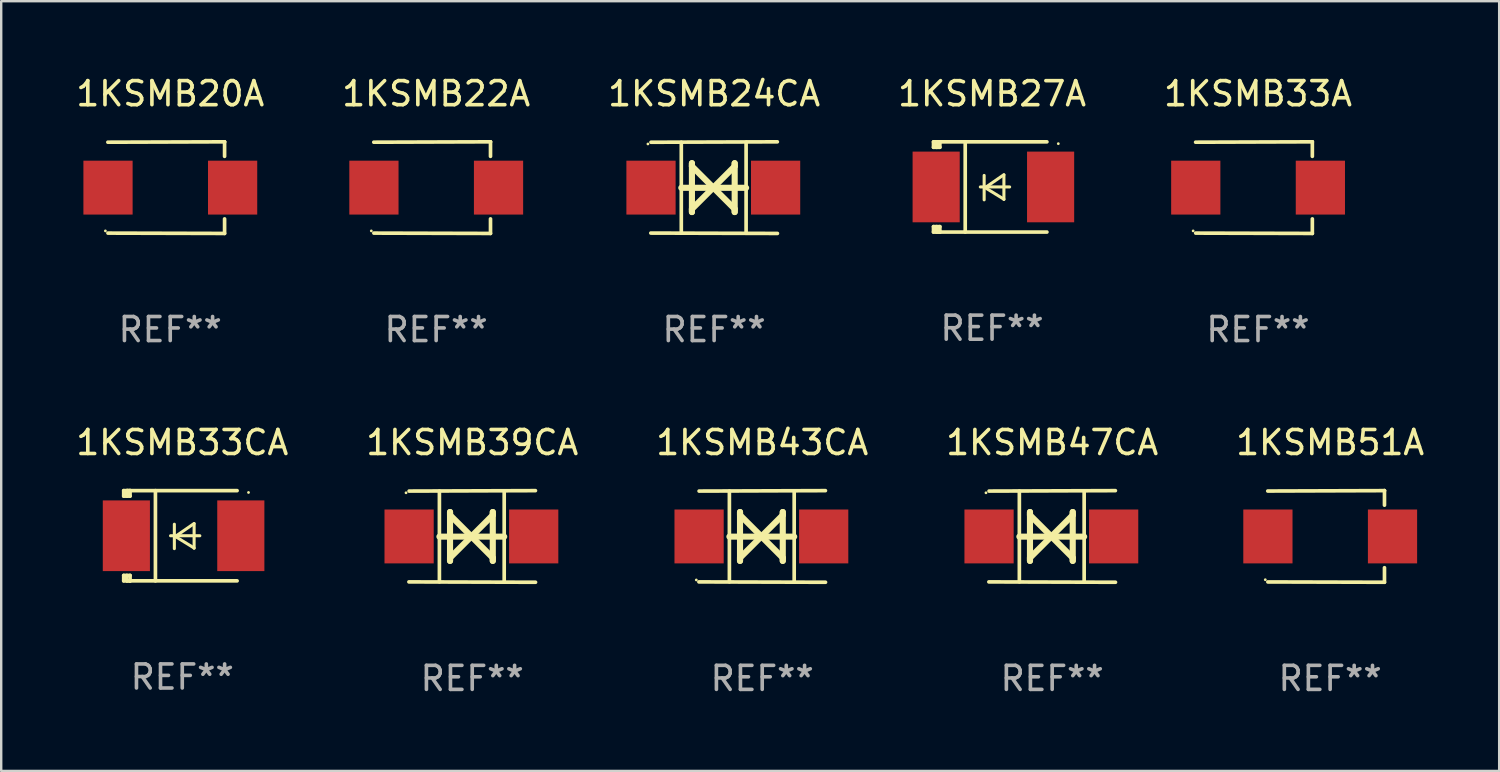
<source format=kicad_pcb>
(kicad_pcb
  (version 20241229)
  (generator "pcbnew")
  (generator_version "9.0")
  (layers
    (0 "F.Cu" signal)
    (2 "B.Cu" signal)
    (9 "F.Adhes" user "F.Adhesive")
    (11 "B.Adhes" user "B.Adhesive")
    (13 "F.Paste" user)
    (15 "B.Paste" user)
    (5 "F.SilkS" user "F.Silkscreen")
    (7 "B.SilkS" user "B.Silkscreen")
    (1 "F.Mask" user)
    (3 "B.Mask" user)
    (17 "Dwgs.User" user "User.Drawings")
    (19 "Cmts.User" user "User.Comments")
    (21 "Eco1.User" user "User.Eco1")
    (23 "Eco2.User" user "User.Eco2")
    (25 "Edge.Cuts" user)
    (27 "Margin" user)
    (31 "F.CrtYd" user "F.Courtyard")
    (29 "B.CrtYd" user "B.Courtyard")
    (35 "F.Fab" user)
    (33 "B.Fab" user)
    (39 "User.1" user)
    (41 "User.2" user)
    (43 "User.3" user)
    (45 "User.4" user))
  (footprint "1KSMB47CA"
    (layer "F.Cu")
    (at 40.708 19.26)
    (property "Reference" "1KSMB47CA" (at 0 -3.905 0) (layer "F.SilkS") (effects (font (size 1 1) (thickness 0.15))))
    (attr through_hole)
    (fp_line (start -1.365 1.886) (end -1.365 -1.886) (stroke (width 0.152) (type solid)) (layer "F.SilkS"))
    (fp_line (start -1.365 0.008) (end 1.33 0.008) (stroke (width 0.254) (type solid)) (layer "F.SilkS"))
    (fp_line (start -0.923 -1.016) (end -0.923 1.016) (stroke (width 0.254) (type solid)) (layer "F.SilkS"))
    (fp_line (start -0.923 -0.889) (end -0.923 -1.016) (stroke (width 0.254) (type solid)) (layer "F.SilkS"))
    (fp_line (start -0.923 0.889) (end -0.034 0) (stroke (width 0.254) (type solid)) (layer "F.SilkS"))
    (fp_line (start -0.923 1.016) (end -0.923 0.889) (stroke (width 0.254) (type solid)) (layer "F.SilkS"))
    (fp_line (start -0.034 0) (end -0.923 -0.889) (stroke (width 0.254) (type solid)) (layer "F.SilkS"))
    (fp_line (start -0.034 0) (end 0.855 0.889) (stroke (width 0.254) (type solid)) (layer "F.SilkS"))
    (fp_line (start 0.855 -1.016) (end 0.855 -0.889) (stroke (width 0.254) (type solid)) (layer "F.SilkS"))
    (fp_line (start 0.855 -0.889) (end -0.034 0) (stroke (width 0.254) (type solid)) (layer "F.SilkS"))
    (fp_line (start 0.855 0.889) (end 0.855 1.016) (stroke (width 0.254) (type solid)) (layer "F.SilkS"))
    (fp_line (start 0.855 1.016) (end 0.855 -1.016) (stroke (width 0.254) (type solid)) (layer "F.SilkS"))
    (fp_line (start 1.33 1.886) (end 1.33 -1.886) (stroke (width 0.152) (type solid)) (layer "F.SilkS"))
    (fp_line (start 2.629 -1.905) (end -2.625 -1.887) (stroke (width 0.152) (type solid)) (layer "F.SilkS"))
    (fp_line (start 2.633 1.905) (end -2.633 1.89) (stroke (width 0.152) (type solid)) (layer "F.SilkS"))
    (fp_circle (center -2.753 -1.816) (end -2.723 -1.816) (stroke (width 0.06) (type solid)) (fill no) (layer "F.SilkS"))
    (fp_text user "REF**" (at 0 5.905 0) (layer "F.Fab") (effects (font (size 1 1) (thickness 0.15))))
    (pad "1" smd rect (at -2.625 0) (size 2.047 2.241) (layers "F.Cu" "F.Mask" "F.Paste"))
    (pad "2" smd rect (at 2.557 0) (size 2.047 2.241) (layers "F.Cu" "F.Mask" "F.Paste")))
  (footprint "1KSMB43CA"
    (layer "F.Cu")
    (at 28.649 19.26)
    (property "Reference" "1KSMB43CA" (at 0 -3.905 0) (layer "F.SilkS") (effects (font (size 1 1) (thickness 0.15))))
    (attr through_hole)
    (fp_line (start -1.365 1.886) (end -1.365 -1.886) (stroke (width 0.152) (type solid)) (layer "F.SilkS"))
    (fp_line (start -1.365 0.008) (end 1.33 0.008) (stroke (width 0.254) (type solid)) (layer "F.SilkS"))
    (fp_line (start -0.923 -1.016) (end -0.923 1.016) (stroke (width 0.254) (type solid)) (layer "F.SilkS"))
    (fp_line (start -0.923 -0.889) (end -0.923 -1.016) (stroke (width 0.254) (type solid)) (layer "F.SilkS"))
    (fp_line (start -0.923 0.889) (end -0.034 0) (stroke (width 0.254) (type solid)) (layer "F.SilkS"))
    (fp_line (start -0.923 1.016) (end -0.923 0.889) (stroke (width 0.254) (type solid)) (layer "F.SilkS"))
    (fp_line (start -0.034 0) (end -0.923 -0.889) (stroke (width 0.254) (type solid)) (layer "F.SilkS"))
    (fp_line (start -0.034 0) (end 0.855 0.889) (stroke (width 0.254) (type solid)) (layer "F.SilkS"))
    (fp_line (start 0.855 -1.016) (end 0.855 -0.889) (stroke (width 0.254) (type solid)) (layer "F.SilkS"))
    (fp_line (start 0.855 -0.889) (end -0.034 0) (stroke (width 0.254) (type solid)) (layer "F.SilkS"))
    (fp_line (start 0.855 0.889) (end 0.855 1.016) (stroke (width 0.254) (type solid)) (layer "F.SilkS"))
    (fp_line (start 0.855 1.016) (end 0.855 -1.016) (stroke (width 0.254) (type solid)) (layer "F.SilkS"))
    (fp_line (start 1.33 1.886) (end 1.33 -1.886) (stroke (width 0.152) (type solid)) (layer "F.SilkS"))
    (fp_line (start 2.629 -1.905) (end -2.625 -1.887) (stroke (width 0.152) (type solid)) (layer "F.SilkS"))
    (fp_line (start 2.633 1.905) (end -2.633 1.89) (stroke (width 0.152) (type solid)) (layer "F.SilkS"))
    (fp_circle (center -2.741 1.81) (end -2.711 1.81) (stroke (width 0.06) (type solid)) (fill no) (layer "F.SilkS"))
    (fp_text user "REF**" (at 0 5.905 0) (layer "F.Fab") (effects (font (size 1 1) (thickness 0.15))))
    (pad "1" smd rect (at -2.625 0) (size 2.047 2.241) (layers "F.Cu" "F.Mask" "F.Paste"))
    (pad "2" smd rect (at 2.557 0) (size 2.047 2.241) (layers "F.Cu" "F.Mask" "F.Paste")))
  (footprint "1KSMB33A"
    (layer "F.Cu")
    (at 49.268 4.753)
    (property "Reference" "1KSMB33A" (at 0 -3.905 0) (layer "F.SilkS") (effects (font (size 1 1) (thickness 0.15))))
    (attr through_hole)
    (fp_line (start 2.256 -1.905) (end -2.594 -1.889) (stroke (width 0.152) (type solid)) (layer "F.SilkS"))
    (fp_line (start 2.256 -1.905) (end 2.26 -1.905) (stroke (width 0.152) (type solid)) (layer "F.SilkS"))
    (fp_line (start 2.26 -1.905) (end 2.26 -1.301) (stroke (width 0.152) (type solid)) (layer "F.SilkS"))
    (fp_line (start 2.26 1.301) (end 2.26 1.905) (stroke (width 0.152) (type solid)) (layer "F.SilkS"))
    (fp_line (start 2.26 1.905) (end -2.59 1.892) (stroke (width 0.152) (type solid)) (layer "F.SilkS"))
    (fp_circle (center -2.697 1.8) (end -2.667 1.8) (stroke (width 0.06) (type solid)) (fill no) (layer "F.SilkS"))
    (fp_text user "REF**" (at 0 5.905 0) (layer "F.Fab") (effects (font (size 1 1) (thickness 0.15))))
    (pad "1" smd rect (at -2.588 0) (size 2.047 2.241) (layers "F.Cu" "F.Mask" "F.Paste"))
    (pad "2" smd rect (at 2.594 0) (size 2.047 2.241) (layers "F.Cu" "F.Mask" "F.Paste")))
  (footprint "1KSMB51A"
    (layer "F.Cu")
    (at 52.268 19.26)
    (property "Reference" "1KSMB51A" (at 0 -3.905 0) (layer "F.SilkS") (effects (font (size 1 1) (thickness 0.15))))
    (attr through_hole)
    (fp_line (start 2.256 -1.905) (end -2.594 -1.889) (stroke (width 0.152) (type solid)) (layer "F.SilkS"))
    (fp_line (start 2.256 -1.905) (end 2.26 -1.905) (stroke (width 0.152) (type solid)) (layer "F.SilkS"))
    (fp_line (start 2.26 -1.905) (end 2.26 -1.301) (stroke (width 0.152) (type solid)) (layer "F.SilkS"))
    (fp_line (start 2.26 1.301) (end 2.26 1.905) (stroke (width 0.152) (type solid)) (layer "F.SilkS"))
    (fp_line (start 2.26 1.905) (end -2.59 1.892) (stroke (width 0.152) (type solid)) (layer "F.SilkS"))
    (fp_circle (center -2.697 1.8) (end -2.667 1.8) (stroke (width 0.06) (type solid)) (fill no) (layer "F.SilkS"))
    (fp_text user "REF**" (at 0 5.905 0) (layer "F.Fab") (effects (font (size 1 1) (thickness 0.15))))
    (pad "1" smd rect (at -2.588 0) (size 2.047 2.241) (layers "F.Cu" "F.Mask" "F.Paste"))
    (pad "2" smd rect (at 2.594 0) (size 2.047 2.241) (layers "F.Cu" "F.Mask" "F.Paste")))
  (footprint "1KSMB39CA"
    (layer "F.Cu")
    (at 16.589 19.26)
    (property "Reference" "1KSMB39CA" (at 0 -3.905 0) (layer "F.SilkS") (effects (font (size 1 1) (thickness 0.15))))
    (attr through_hole)
    (fp_line (start -1.365 1.886) (end -1.365 -1.886) (stroke (width 0.152) (type solid)) (layer "F.SilkS"))
    (fp_line (start -1.365 0.008) (end 1.33 0.008) (stroke (width 0.254) (type solid)) (layer "F.SilkS"))
    (fp_line (start -0.923 -1.016) (end -0.923 1.016) (stroke (width 0.254) (type solid)) (layer "F.SilkS"))
    (fp_line (start -0.923 -0.889) (end -0.923 -1.016) (stroke (width 0.254) (type solid)) (layer "F.SilkS"))
    (fp_line (start -0.923 0.889) (end -0.034 0) (stroke (width 0.254) (type solid)) (layer "F.SilkS"))
    (fp_line (start -0.923 1.016) (end -0.923 0.889) (stroke (width 0.254) (type solid)) (layer "F.SilkS"))
    (fp_line (start -0.034 0) (end -0.923 -0.889) (stroke (width 0.254) (type solid)) (layer "F.SilkS"))
    (fp_line (start -0.034 0) (end 0.855 0.889) (stroke (width 0.254) (type solid)) (layer "F.SilkS"))
    (fp_line (start 0.855 -1.016) (end 0.855 -0.889) (stroke (width 0.254) (type solid)) (layer "F.SilkS"))
    (fp_line (start 0.855 -0.889) (end -0.034 0) (stroke (width 0.254) (type solid)) (layer "F.SilkS"))
    (fp_line (start 0.855 0.889) (end 0.855 1.016) (stroke (width 0.254) (type solid)) (layer "F.SilkS"))
    (fp_line (start 0.855 1.016) (end 0.855 -1.016) (stroke (width 0.254) (type solid)) (layer "F.SilkS"))
    (fp_line (start 1.33 1.886) (end 1.33 -1.886) (stroke (width 0.152) (type solid)) (layer "F.SilkS"))
    (fp_line (start 2.629 -1.905) (end -2.625 -1.887) (stroke (width 0.152) (type solid)) (layer "F.SilkS"))
    (fp_line (start 2.633 1.905) (end -2.633 1.89) (stroke (width 0.152) (type solid)) (layer "F.SilkS"))
    (fp_circle (center -2.753 -1.816) (end -2.723 -1.816) (stroke (width 0.06) (type solid)) (fill no) (layer "F.SilkS"))
    (fp_text user "REF**" (at 0 5.905 0) (layer "F.Fab") (effects (font (size 1 1) (thickness 0.15))))
    (pad "1" smd rect (at -2.625 0) (size 2.047 2.241) (layers "F.Cu" "F.Mask" "F.Paste"))
    (pad "2" smd rect (at 2.557 0) (size 2.047 2.241) (layers "F.Cu" "F.Mask" "F.Paste")))
  (footprint "1KSMB24CA"
    (layer "F.Cu")
    (at 26.649 4.753)
    (property "Reference" "1KSMB24CA" (at 0 -3.905 0) (layer "F.SilkS") (effects (font (size 1 1) (thickness 0.15))))
    (attr through_hole)
    (fp_line (start -1.365 1.886) (end -1.365 -1.886) (stroke (width 0.152) (type solid)) (layer "F.SilkS"))
    (fp_line (start -1.365 0.008) (end 1.33 0.008) (stroke (width 0.254) (type solid)) (layer "F.SilkS"))
    (fp_line (start -0.923 -1.016) (end -0.923 1.016) (stroke (width 0.254) (type solid)) (layer "F.SilkS"))
    (fp_line (start -0.923 -0.889) (end -0.923 -1.016) (stroke (width 0.254) (type solid)) (layer "F.SilkS"))
    (fp_line (start -0.923 0.889) (end -0.034 0) (stroke (width 0.254) (type solid)) (layer "F.SilkS"))
    (fp_line (start -0.923 1.016) (end -0.923 0.889) (stroke (width 0.254) (type solid)) (layer "F.SilkS"))
    (fp_line (start -0.034 0) (end -0.923 -0.889) (stroke (width 0.254) (type solid)) (layer "F.SilkS"))
    (fp_line (start -0.034 0) (end 0.855 0.889) (stroke (width 0.254) (type solid)) (layer "F.SilkS"))
    (fp_line (start 0.855 -1.016) (end 0.855 -0.889) (stroke (width 0.254) (type solid)) (layer "F.SilkS"))
    (fp_line (start 0.855 -0.889) (end -0.034 0) (stroke (width 0.254) (type solid)) (layer "F.SilkS"))
    (fp_line (start 0.855 0.889) (end 0.855 1.016) (stroke (width 0.254) (type solid)) (layer "F.SilkS"))
    (fp_line (start 0.855 1.016) (end 0.855 -1.016) (stroke (width 0.254) (type solid)) (layer "F.SilkS"))
    (fp_line (start 1.33 1.886) (end 1.33 -1.886) (stroke (width 0.152) (type solid)) (layer "F.SilkS"))
    (fp_line (start 2.629 -1.905) (end -2.625 -1.887) (stroke (width 0.152) (type solid)) (layer "F.SilkS"))
    (fp_line (start 2.633 1.905) (end -2.633 1.89) (stroke (width 0.152) (type solid)) (layer "F.SilkS"))
    (fp_circle (center -2.753 -1.816) (end -2.723 -1.816) (stroke (width 0.06) (type solid)) (fill no) (layer "F.SilkS"))
    (fp_text user "REF**" (at 0 5.905 0) (layer "F.Fab") (effects (font (size 1 1) (thickness 0.15))))
    (pad "1" smd rect (at -2.625 0) (size 2.047 2.241) (layers "F.Cu" "F.Mask" "F.Paste"))
    (pad "2" smd rect (at 2.557 0) (size 2.047 2.241) (layers "F.Cu" "F.Mask" "F.Paste")))
  (footprint "1KSMB20A"
    (layer "F.Cu")
    (at 4.03 4.753)
    (property "Reference" "1KSMB20A" (at 0 -3.905 0) (layer "F.SilkS") (effects (font (size 1 1) (thickness 0.15))))
    (attr through_hole)
    (fp_line (start 2.256 -1.905) (end -2.594 -1.889) (stroke (width 0.152) (type solid)) (layer "F.SilkS"))
    (fp_line (start 2.256 -1.905) (end 2.26 -1.905) (stroke (width 0.152) (type solid)) (layer "F.SilkS"))
    (fp_line (start 2.26 -1.905) (end 2.26 -1.301) (stroke (width 0.152) (type solid)) (layer "F.SilkS"))
    (fp_line (start 2.26 1.301) (end 2.26 1.905) (stroke (width 0.152) (type solid)) (layer "F.SilkS"))
    (fp_line (start 2.26 1.905) (end -2.59 1.892) (stroke (width 0.152) (type solid)) (layer "F.SilkS"))
    (fp_circle (center -2.697 1.8) (end -2.667 1.8) (stroke (width 0.06) (type solid)) (fill no) (layer "F.SilkS"))
    (fp_text user "REF**" (at 0 5.905 0) (layer "F.Fab") (effects (font (size 1 1) (thickness 0.15))))
    (pad "1" smd rect (at -2.588 0) (size 2.047 2.241) (layers "F.Cu" "F.Mask" "F.Paste"))
    (pad "2" smd rect (at 2.594 0) (size 2.047 2.241) (layers "F.Cu" "F.Mask" "F.Paste")))
  (footprint "1KSMB33CA"
    (layer "F.Cu")
    (at 4.53 19.231)
    (property "Reference" "1KSMB33CA" (at 0 -3.876 0) (layer "F.SilkS") (effects (font (size 1 1) (thickness 0.15))))
    (attr through_hole)
    (fp_line (start -2.435 1.65) (end -2.171 1.65) (stroke (width 0.152) (type solid)) (layer "F.SilkS"))
    (fp_line (start -2.435 1.876) (end -2.435 1.65) (stroke (width 0.152) (type solid)) (layer "F.SilkS"))
    (fp_line (start -2.435 -1.876) (end -2.171 -1.876) (stroke (width 0.152) (type solid)) (layer "F.SilkS"))
    (fp_line (start -2.435 -1.65) (end -2.435 -1.876) (stroke (width 0.152) (type solid)) (layer "F.SilkS"))
    (fp_line (start -2.305 -1.866) (end -2.295 -1.876) (stroke (width 0.152) (type solid)) (layer "F.SilkS"))
    (fp_line (start -2.305 -1.65) (end -2.305 -1.866) (stroke (width 0.152) (type solid)) (layer "F.SilkS"))
    (fp_line (start -2.305 1.876) (end -2.305 1.65) (stroke (width 0.152) (type solid)) (layer "F.SilkS"))
    (fp_line (start -2.295 -1.876) (end -2.295 -1.65) (stroke (width 0.152) (type solid)) (layer "F.SilkS"))
    (fp_line (start -2.171 1.876) (end -2.435 1.876) (stroke (width 0.152) (type solid)) (layer "F.SilkS"))
    (fp_line (start -2.171 -1.65) (end -2.435 -1.65) (stroke (width 0.152) (type solid)) (layer "F.SilkS"))
    (fp_line (start -2.171 -1.876) (end -2.295 -1.876) (stroke (width 0.152) (type solid)) (layer "F.SilkS"))
    (fp_line (start -2.171 -1.65) (end -2.171 -1.876) (stroke (width 0.152) (type solid)) (layer "F.SilkS"))
    (fp_line (start -2.171 1.876) (end -2.305 1.876) (stroke (width 0.152) (type solid)) (layer "F.SilkS"))
    (fp_line (start -2.171 1.876) (end -2.171 1.65) (stroke (width 0.152) (type solid)) (layer "F.SilkS"))
    (fp_line (start -1.116 1.876) (end -1.116 -1.876) (stroke (width 0.152) (type solid)) (layer "F.SilkS"))
    (fp_line (start -0.488 0.000102) (end 0.731 0.000102) (stroke (width 0.127) (type solid)) (layer "F.SilkS"))
    (fp_line (start -0.329 -0.48) (end -0.329 0.536) (stroke (width 0.127) (type solid)) (layer "F.SilkS"))
    (fp_line (start -0.29 0.03) (end 0.493 0.51) (stroke (width 0.127) (type solid)) (layer "F.SilkS"))
    (fp_line (start 0.493 -0.51) (end -0.29 0.03) (stroke (width 0.127) (type solid)) (layer "F.SilkS"))
    (fp_line (start 0.493 0.52) (end 0.493 -0.496) (stroke (width 0.127) (type solid)) (layer "F.SilkS"))
    (fp_line (start 2.281 -1.876) (end -2.171 -1.876) (stroke (width 0.152) (type solid)) (layer "F.SilkS"))
    (fp_line (start 2.281 1.876) (end -2.171 1.876) (stroke (width 0.152) (type solid)) (layer "F.SilkS"))
    (fp_circle (center 2.755 -1.8) (end 2.785 -1.8) (stroke (width 0.06) (type solid)) (fill no) (layer "F.SilkS"))
    (fp_text user "REF**" (at 0 5.876 0) (layer "F.Fab") (effects (font (size 1 1) (thickness 0.15))))
    (pad "1" smd rect (at 2.435 -0.000025 180) (size 1.96 2.94) (layers "F.Cu" "F.Mask" "F.Paste"))
    (pad "2" smd rect (at -2.325 -0.000025 180) (size 1.96 2.94) (layers "F.Cu" "F.Mask" "F.Paste")))
  (footprint "1KSMB27A"
    (layer "F.Cu")
    (at 38.208 4.725)
    (property "Reference" "1KSMB27A" (at 0 -3.876 0) (layer "F.SilkS") (effects (font (size 1 1) (thickness 0.15))))
    (attr through_hole)
    (fp_line (start -2.435 1.65) (end -2.171 1.65) (stroke (width 0.152) (type solid)) (layer "F.SilkS"))
    (fp_line (start -2.435 1.876) (end -2.435 1.65) (stroke (width 0.152) (type solid)) (layer "F.SilkS"))
    (fp_line (start -2.435 -1.876) (end -2.171 -1.876) (stroke (width 0.152) (type solid)) (layer "F.SilkS"))
    (fp_line (start -2.435 -1.65) (end -2.435 -1.876) (stroke (width 0.152) (type solid)) (layer "F.SilkS"))
    (fp_line (start -2.305 -1.866) (end -2.295 -1.876) (stroke (width 0.152) (type solid)) (layer "F.SilkS"))
    (fp_line (start -2.305 -1.65) (end -2.305 -1.866) (stroke (width 0.152) (type solid)) (layer "F.SilkS"))
    (fp_line (start -2.305 1.876) (end -2.305 1.65) (stroke (width 0.152) (type solid)) (layer "F.SilkS"))
    (fp_line (start -2.295 -1.876) (end -2.295 -1.65) (stroke (width 0.152) (type solid)) (layer "F.SilkS"))
    (fp_line (start -2.171 1.876) (end -2.435 1.876) (stroke (width 0.152) (type solid)) (layer "F.SilkS"))
    (fp_line (start -2.171 -1.65) (end -2.435 -1.65) (stroke (width 0.152) (type solid)) (layer "F.SilkS"))
    (fp_line (start -2.171 -1.876) (end -2.295 -1.876) (stroke (width 0.152) (type solid)) (layer "F.SilkS"))
    (fp_line (start -2.171 -1.65) (end -2.171 -1.876) (stroke (width 0.152) (type solid)) (layer "F.SilkS"))
    (fp_line (start -2.171 1.876) (end -2.305 1.876) (stroke (width 0.152) (type solid)) (layer "F.SilkS"))
    (fp_line (start -2.171 1.876) (end -2.171 1.65) (stroke (width 0.152) (type solid)) (layer "F.SilkS"))
    (fp_line (start -1.116 1.876) (end -1.116 -1.876) (stroke (width 0.152) (type solid)) (layer "F.SilkS"))
    (fp_line (start -0.488 0.000102) (end 0.731 0.000102) (stroke (width 0.127) (type solid)) (layer "F.SilkS"))
    (fp_line (start -0.329 -0.48) (end -0.329 0.536) (stroke (width 0.127) (type solid)) (layer "F.SilkS"))
    (fp_line (start -0.29 0.03) (end 0.493 0.51) (stroke (width 0.127) (type solid)) (layer "F.SilkS"))
    (fp_line (start 0.493 -0.51) (end -0.29 0.03) (stroke (width 0.127) (type solid)) (layer "F.SilkS"))
    (fp_line (start 0.493 0.52) (end 0.493 -0.496) (stroke (width 0.127) (type solid)) (layer "F.SilkS"))
    (fp_line (start 2.281 -1.876) (end -2.171 -1.876) (stroke (width 0.152) (type solid)) (layer "F.SilkS"))
    (fp_line (start 2.281 1.876) (end -2.171 1.876) (stroke (width 0.152) (type solid)) (layer "F.SilkS"))
    (fp_circle (center 2.755 -1.8) (end 2.785 -1.8) (stroke (width 0.06) (type solid)) (fill no) (layer "F.SilkS"))
    (fp_text user "REF**" (at 0 5.876 0) (layer "F.Fab") (effects (font (size 1 1) (thickness 0.15))))
    (pad "1" smd rect (at 2.435 -0.000025 180) (size 1.96 2.94) (layers "F.Cu" "F.Mask" "F.Paste"))
    (pad "2" smd rect (at -2.325 -0.000025 180) (size 1.96 2.94) (layers "F.Cu" "F.Mask" "F.Paste")))
  (footprint "1KSMB22A"
    (layer "F.Cu")
    (at 15.089 4.753)
    (property "Reference" "1KSMB22A" (at 0 -3.905 0) (layer "F.SilkS") (effects (font (size 1 1) (thickness 0.15))))
    (attr through_hole)
    (fp_line (start 2.256 -1.905) (end -2.594 -1.889) (stroke (width 0.152) (type solid)) (layer "F.SilkS"))
    (fp_line (start 2.256 -1.905) (end 2.26 -1.905) (stroke (width 0.152) (type solid)) (layer "F.SilkS"))
    (fp_line (start 2.26 -1.905) (end 2.26 -1.301) (stroke (width 0.152) (type solid)) (layer "F.SilkS"))
    (fp_line (start 2.26 1.301) (end 2.26 1.905) (stroke (width 0.152) (type solid)) (layer "F.SilkS"))
    (fp_line (start 2.26 1.905) (end -2.59 1.892) (stroke (width 0.152) (type solid)) (layer "F.SilkS"))
    (fp_circle (center -2.697 1.8) (end -2.667 1.8) (stroke (width 0.06) (type solid)) (fill no) (layer "F.SilkS"))
    (fp_text user "REF**" (at 0 5.905 0) (layer "F.Fab") (effects (font (size 1 1) (thickness 0.15))))
    (pad "1" smd rect (at -2.588 0) (size 2.047 2.241) (layers "F.Cu" "F.Mask" "F.Paste"))
    (pad "2" smd rect (at 2.594 0) (size 2.047 2.241) (layers "F.Cu" "F.Mask" "F.Paste")))
  (gr_rect
    (start -3 -3)
    (end 59.298 29.013)
    (stroke (width 0.1) (type default))
    (fill no)
    (layer "Edge.Cuts")))
</source>
